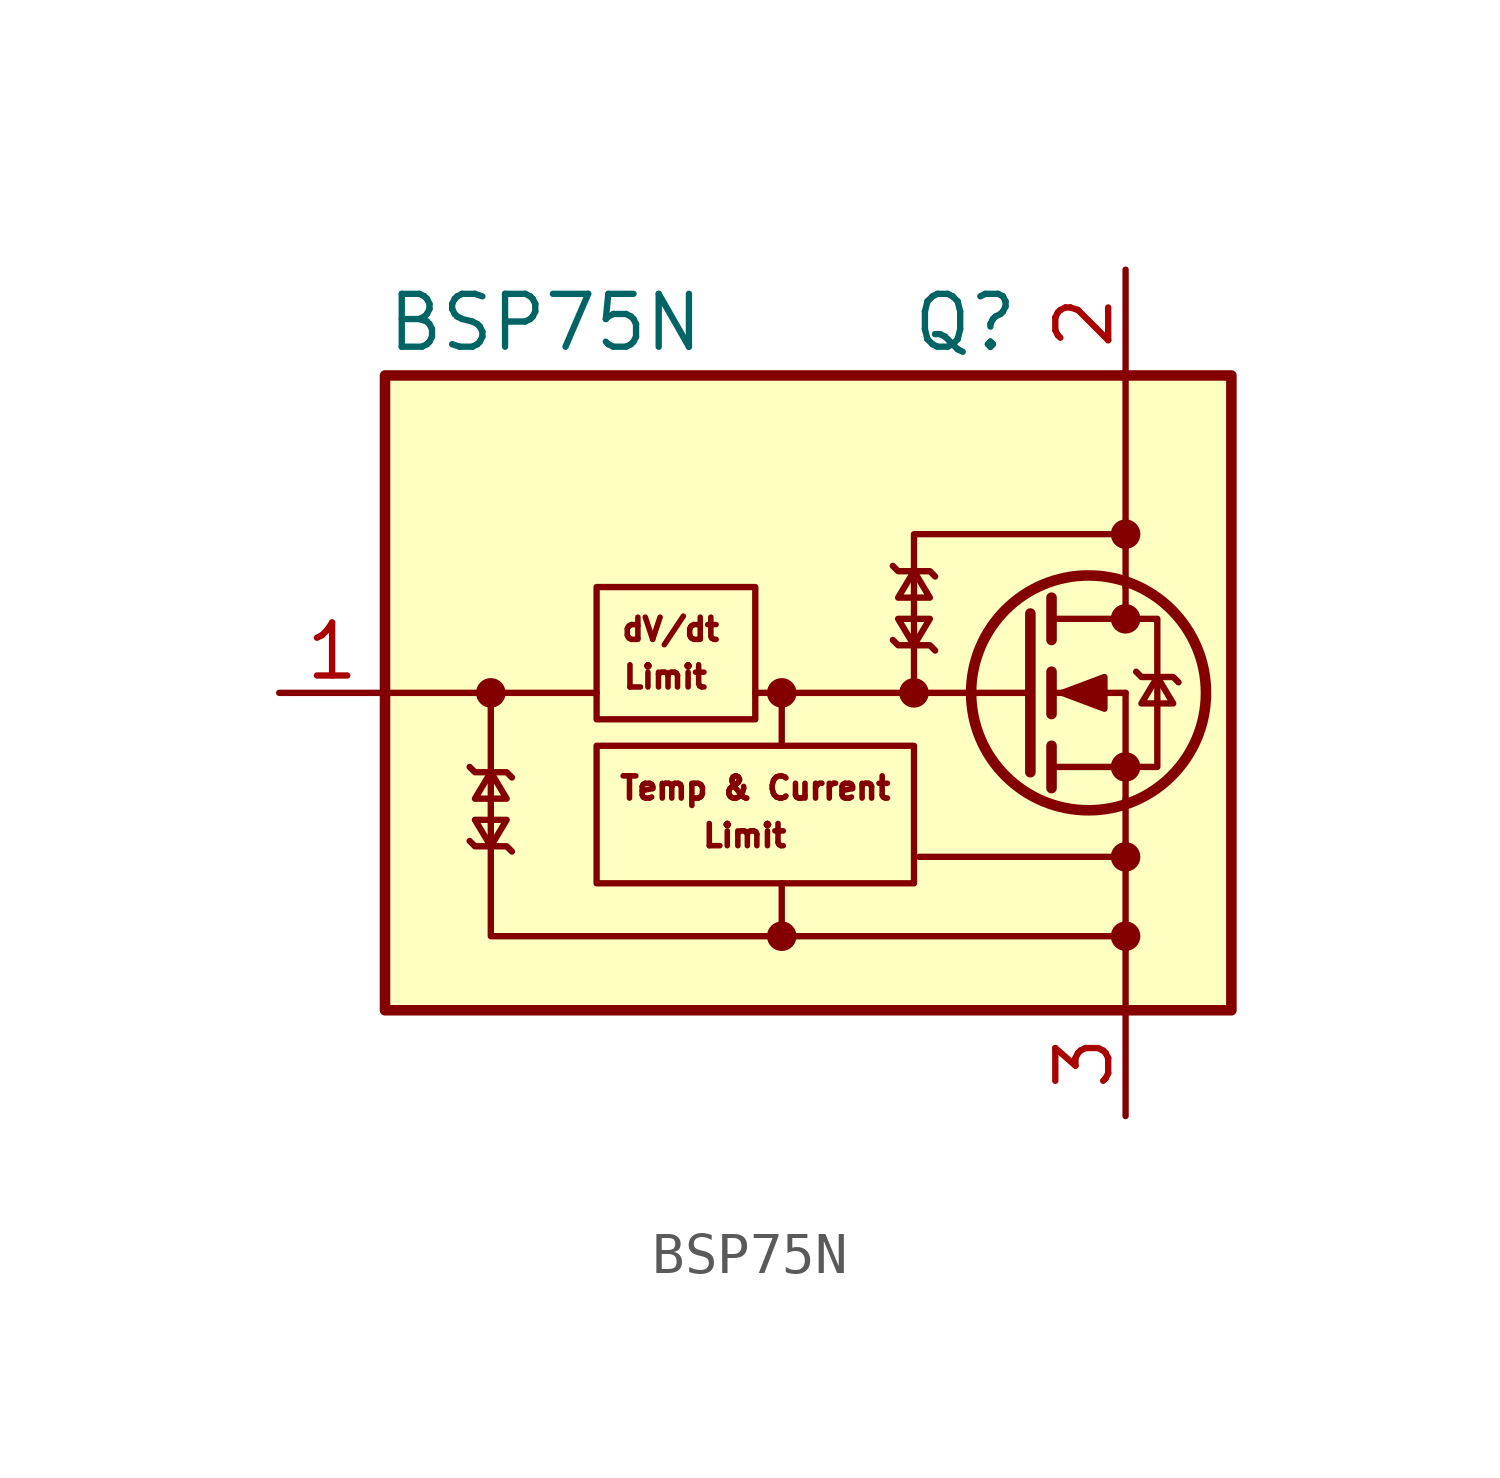
<source format=kicad_sym>
(kicad_symbol_lib
  (version 20241209)
  (generator "kicad_symbol_editor")
  (generator_version "9.0")
  (symbol "BSP75N"
    (pin_names
      (offset 0)
      (hide yes))
    (property "Reference" "Q"
      (at 5.08 8.89 0)
      (effects (font (size 1.27 1.27)) (justify right)))
    (property "Value" "BSP75N"
      (at -10.16 8.89 0)
      (effects (font (size 1.27 1.27)) (justify left)))
    (symbol "BSP75N_0_0"
      (polyline (pts (xy -0.635 -1.27) (xy -0.635 -0.635) (xy -0.635 0)) (stroke (width 0) (type default)) (fill (type none)))
      (polyline (pts (xy -0.635 -5.842) (xy -7.62 -5.842) (xy -7.62 0) (xy -5.08 0)) (stroke (width 0) (type default)) (fill (type none)))
      (polyline (pts (xy 2.54 0) (xy 2.54 3.81) (xy 7.62 3.81)) (stroke (width 0) (type default)) (fill (type none)))
      (polyline (pts (xy 7.62 2.54) (xy 7.62 7.62)) (stroke (width 0) (type default)) (fill (type none)))
      (polyline (pts (xy 7.62 -2.54) (xy 7.62 -7.62)) (stroke (width 0) (type default)) (fill (type none)))
      (polyline (pts (xy 7.62 -5.842) (xy -0.635 -5.842) (xy -0.635 -4.572)) (stroke (width 0) (type default)) (fill (type none)))
      (text "Limit" (at -1.524 -3.429 0) (effects (font (size 0.533 0.533))))
      (text "Temp & Current" (at -1.27 -2.286 0) (effects (font (size 0.533 0.533)))))
    (symbol "BSP75N_0_1"
      (polyline (pts (xy -7.62 0) (xy -10.16 0)) (stroke (width 0) (type default)) (fill (type none)))
      (rectangle (start -5.08 -1.27) (end 2.54 -4.572) (stroke (width 0) (type default)) (fill (type none)))
      (polyline (pts (xy 7.62 -3.937) (xy 2.667 -3.937)) (stroke (width 0) (type default)) (fill (type none))))
    (symbol "BSP75N_1_0"
      (rectangle (start -10.16 7.62) (end 10.16 -7.62) (stroke (width 0.254) (type default)) (fill (type background))))
    (symbol "BSP75N_1_1"
      (polyline (pts (xy -8.128 -1.778) (xy -8.001 -1.905) (xy -7.239 -1.905) (xy -7.112 -2.032)) (stroke (width 0) (type default)) (fill (type none)))
      (circle (center -7.62 0) (radius 0.279) (stroke (width 0) (type default)) (fill (type outline)))
      (polyline (pts (xy -7.62 -1.905) (xy -8.001 -2.54) (xy -7.239 -2.54) (xy -7.62 -1.905)) (stroke (width 0) (type default)) (fill (type none)))
      (polyline (pts (xy -7.62 -3.683) (xy -7.239 -3.048) (xy -8.001 -3.048) (xy -7.62 -3.683)) (stroke (width 0) (type default)) (fill (type none)))
      (polyline (pts (xy -7.112 -3.81) (xy -7.239 -3.683) (xy -8.001 -3.683) (xy -8.128 -3.556)) (stroke (width 0) (type default)) (fill (type none)))
      (rectangle (start -5.08 2.54) (end -1.27 -0.635) (stroke (width 0) (type default)) (fill (type none)))
      (circle (center -0.635 0) (radius 0.279) (stroke (width 0) (type default)) (fill (type outline)))
      (circle (center -0.635 -5.842) (radius 0.279) (stroke (width 0) (type default)) (fill (type outline)))
      (polyline (pts (xy 2.032 3.048) (xy 2.159 2.921) (xy 2.921 2.921) (xy 3.048 2.794)) (stroke (width 0) (type default)) (fill (type none)))
      (polyline (pts (xy 2.54 2.921) (xy 2.159 2.286) (xy 2.921 2.286) (xy 2.54 2.921)) (stroke (width 0) (type default)) (fill (type none)))
      (polyline (pts (xy 2.54 1.143) (xy 2.921 1.778) (xy 2.159 1.778) (xy 2.54 1.143)) (stroke (width 0) (type default)) (fill (type none)))
      (polyline (pts (xy 2.54 0) (xy -1.27 0)) (stroke (width 0) (type default)) (fill (type none)))
      (polyline (pts (xy 2.54 0) (xy 5.334 0)) (stroke (width 0) (type default)) (fill (type none)))
      (circle (center 2.54 0) (radius 0.279) (stroke (width 0) (type default)) (fill (type outline)))
      (polyline (pts (xy 3.048 1.016) (xy 2.921 1.143) (xy 2.159 1.143) (xy 2.032 1.27)) (stroke (width 0) (type default)) (fill (type none)))
      (polyline (pts (xy 5.334 1.905) (xy 5.334 -1.905) (xy 5.334 -1.905)) (stroke (width 0.254) (type default)) (fill (type none)))
      (polyline (pts (xy 5.842 2.286) (xy 5.842 1.27)) (stroke (width 0.254) (type default)) (fill (type none)))
      (polyline (pts (xy 5.842 1.778) (xy 7.62 1.778)) (stroke (width 0) (type default)) (fill (type none)))
      (polyline (pts (xy 5.842 0.508) (xy 5.842 -0.508)) (stroke (width 0.254) (type default)) (fill (type none)))
      (polyline (pts (xy 5.842 0) (xy 7.62 0)) (stroke (width 0) (type default)) (fill (type none)))
      (polyline (pts (xy 5.842 -1.27) (xy 5.842 -2.286)) (stroke (width 0.254) (type default)) (fill (type none)))
      (polyline (pts (xy 5.842 -1.778) (xy 7.62 -1.778)) (stroke (width 0) (type default)) (fill (type none)))
      (polyline (pts (xy 6.096 0) (xy 7.112 0.381) (xy 7.112 -0.381) (xy 6.096 0)) (stroke (width 0) (type default)) (fill (type outline)))
      (circle (center 6.731 0) (radius 2.819) (stroke (width 0.254) (type default)) (fill (type none)))
      (circle (center 7.62 3.81) (radius 0.279) (stroke (width 0) (type default)) (fill (type outline)))
      (polyline (pts (xy 7.62 2.54) (xy 7.62 1.778)) (stroke (width 0) (type default)) (fill (type none)))
      (circle (center 7.62 1.778) (radius 0.279) (stroke (width 0) (type default)) (fill (type outline)))
      (polyline (pts (xy 7.62 -1.778) (xy 7.62 0)) (stroke (width 0) (type default)) (fill (type none)))
      (polyline (pts (xy 7.62 -1.778) (xy 7.62 -2.54)) (stroke (width 0) (type default)) (fill (type none)))
      (polyline (pts (xy 7.62 -1.778) (xy 8.382 -1.778) (xy 8.382 1.778) (xy 7.62 1.778)) (stroke (width 0) (type default)) (fill (type none)))
      (circle (center 7.62 -1.778) (radius 0.279) (stroke (width 0) (type default)) (fill (type outline)))
      (circle (center 7.62 -3.937) (radius 0.279) (stroke (width 0) (type default)) (fill (type outline)))
      (circle (center 7.62 -5.842) (radius 0.279) (stroke (width 0) (type default)) (fill (type outline)))
      (polyline (pts (xy 7.874 0.508) (xy 8.001 0.381) (xy 8.763 0.381) (xy 8.89 0.254)) (stroke (width 0) (type default)) (fill (type none)))
      (polyline (pts (xy 8.382 0.381) (xy 8.001 -0.254) (xy 8.763 -0.254) (xy 8.382 0.381)) (stroke (width 0) (type default)) (fill (type none)))
      (text "Limit" (at -3.429 0.381 0) (effects (font (size 0.533 0.533))))
      (text "dV/dt" (at -3.302 1.524 0) (effects (font (size 0.533 0.533))))
      (pin input line (at -12.7 0 0) (length 2.54) (name "G" (effects (font (size 1.27 1.27)))) (number "1" (effects (font (size 1.27 1.27)))))
      (pin passive line (at 7.62 10.16 270) (length 2.54) (name "D" (effects (font (size 1.27 1.27)))) (number "2" (effects (font (size 1.27 1.27)))))
      (pin passive line (at 7.62 -10.16 90) (length 2.54) (name "S" (effects (font (size 1.27 1.27)))) (number "3" (effects (font (size 1.27 1.27)))))
      (pin passive line (at 7.62 -10.16 90) (length 2.54) (hide yes) (name "S" (effects (font (size 1.27 1.27)))) (number "4" (effects (font (size 1.27 1.27))))))))
</source>
